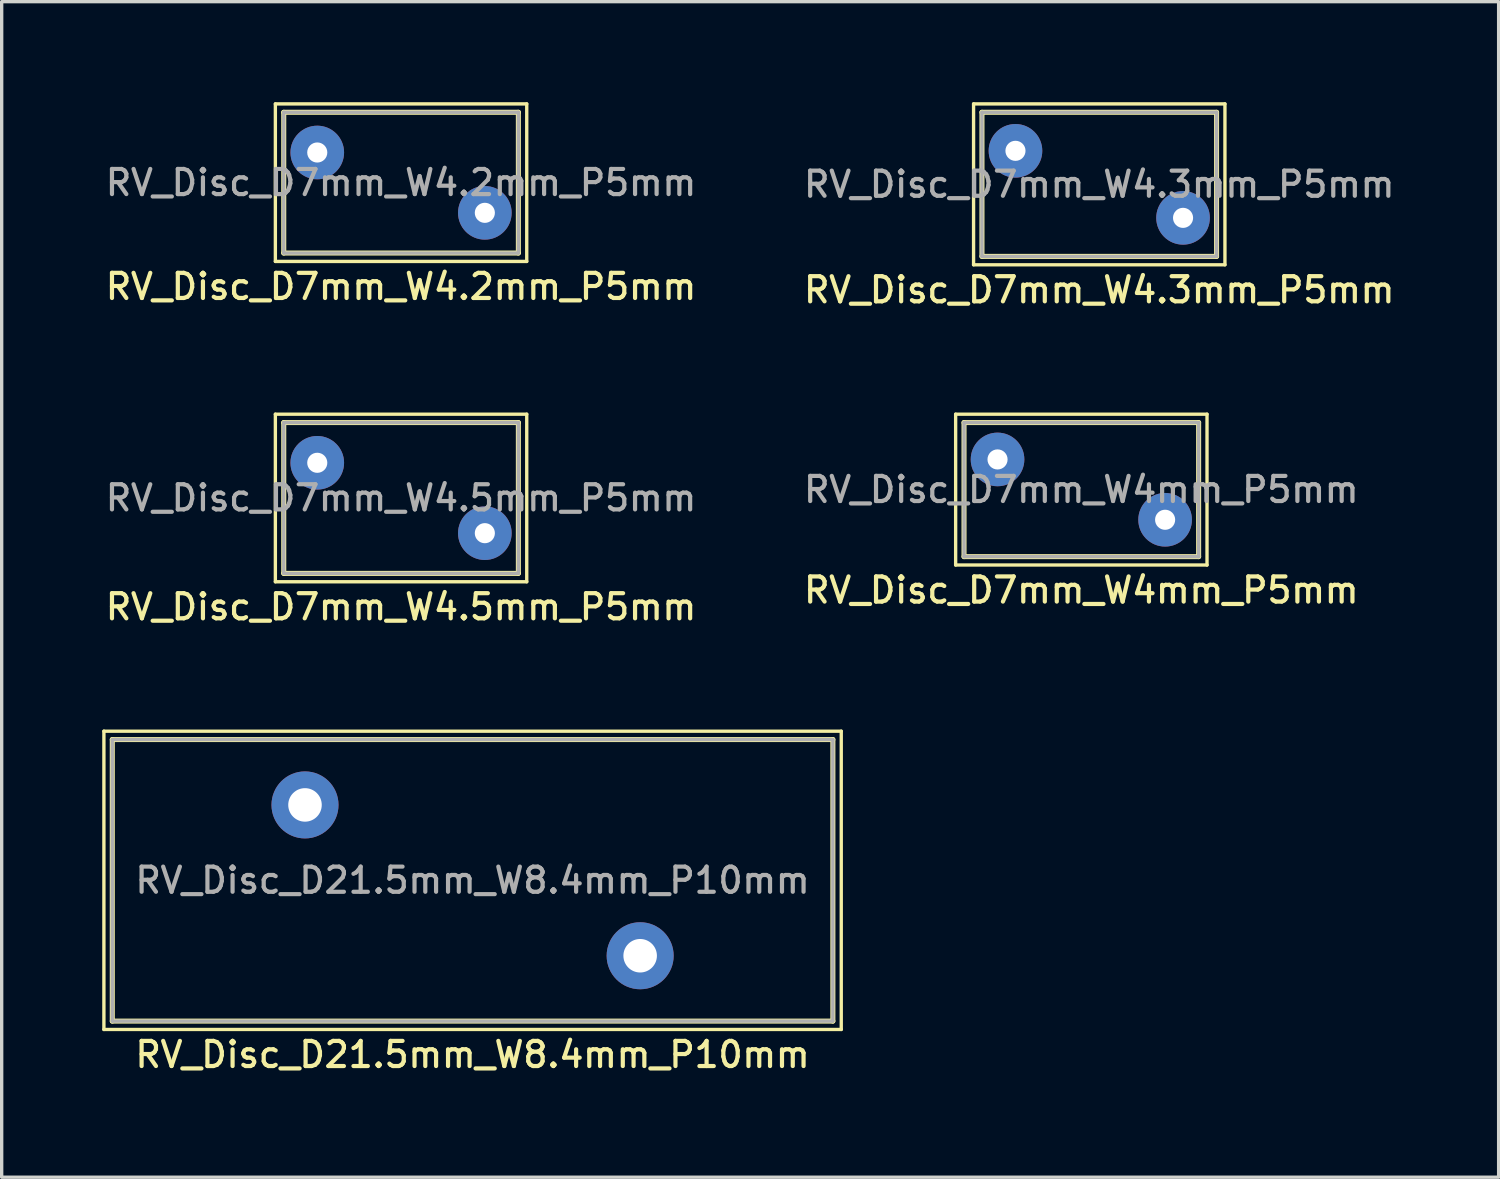
<source format=kicad_pcb>
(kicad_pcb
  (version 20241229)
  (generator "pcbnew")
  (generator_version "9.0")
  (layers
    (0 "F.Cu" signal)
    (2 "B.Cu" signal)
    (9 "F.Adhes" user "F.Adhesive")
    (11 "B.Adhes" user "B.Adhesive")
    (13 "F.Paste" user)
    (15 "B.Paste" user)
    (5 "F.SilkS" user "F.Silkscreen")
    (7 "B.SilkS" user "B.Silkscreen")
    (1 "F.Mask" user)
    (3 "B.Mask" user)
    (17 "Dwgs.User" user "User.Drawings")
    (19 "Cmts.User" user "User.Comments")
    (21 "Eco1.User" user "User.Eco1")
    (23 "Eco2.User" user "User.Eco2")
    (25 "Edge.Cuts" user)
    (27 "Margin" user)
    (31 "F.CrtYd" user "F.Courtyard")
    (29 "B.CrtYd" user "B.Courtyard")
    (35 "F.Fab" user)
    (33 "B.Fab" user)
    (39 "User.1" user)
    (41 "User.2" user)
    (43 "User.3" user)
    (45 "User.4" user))
  (footprint "RV_Disc_D7mm_W4.5mm_P5mm"
    (layer "F.Cu")
    (at 6.416 10.758)
    (property "Reference" "RV_Disc_D7mm_W4.5mm_P5mm" (at 2.5 4.3 0) (layer "F.SilkS") (effects (font (size 0.75 0.75) (thickness 0.125))))
    (attr through_hole)
    (fp_line (start -1.25 -1.45) (end -1.25 3.55) (stroke (width 0.1) (type solid)) (layer "F.SilkS"))
    (fp_line (start -1.25 -1.45) (end 6.25 -1.45) (stroke (width 0.1) (type solid)) (layer "F.SilkS"))
    (fp_line (start -1.25 3.55) (end 6.25 3.55) (stroke (width 0.1) (type solid)) (layer "F.SilkS"))
    (fp_line (start -1 -1.2) (end -1 3.3) (stroke (width 0.15) (type solid)) (layer "F.SilkS"))
    (fp_line (start -1 -1.2) (end 6 -1.2) (stroke (width 0.15) (type solid)) (layer "F.SilkS"))
    (fp_line (start -1 3.3) (end 6 3.3) (stroke (width 0.15) (type solid)) (layer "F.SilkS"))
    (fp_line (start 6 -1.2) (end 6 3.3) (stroke (width 0.15) (type solid)) (layer "F.SilkS"))
    (fp_line (start 6.25 -1.45) (end 6.25 3.55) (stroke (width 0.1) (type solid)) (layer "F.SilkS"))
    (fp_line (start -1 -1.2) (end -1 3.3) (stroke (width 0.1) (type solid)) (layer "F.Fab"))
    (fp_line (start -1 -1.2) (end 6 -1.2) (stroke (width 0.1) (type solid)) (layer "F.Fab"))
    (fp_line (start -1 3.3) (end 6 3.3) (stroke (width 0.1) (type solid)) (layer "F.Fab"))
    (fp_line (start 6 -1.2) (end 6 3.3) (stroke (width 0.1) (type solid)) (layer "F.Fab"))
    (fp_text user "${REFERENCE}" (at 2.5 1.05 0) (layer "F.Fab") (effects (font (size 0.75 0.75) (thickness 0.125))))
    (pad "1" thru_hole circle (at 0 0) (size 1.6 1.6) (drill 0.6) (layers "*.Cu" "*.Mask"))
    (pad "2" thru_hole circle (at 5 2.1) (size 1.6 1.6) (drill 0.6) (layers "*.Cu" "*.Mask")))
  (footprint "RV_Disc_D7mm_W4.2mm_P5mm"
    (layer "F.Cu")
    (at 6.416 1.5)
    (property "Reference" "RV_Disc_D7mm_W4.2mm_P5mm" (at 2.5 4 0) (layer "F.SilkS") (effects (font (size 0.75 0.75) (thickness 0.125))))
    (attr through_hole)
    (fp_line (start -1.25 -1.45) (end -1.25 3.25) (stroke (width 0.1) (type solid)) (layer "F.SilkS"))
    (fp_line (start -1.25 -1.45) (end 6.25 -1.45) (stroke (width 0.1) (type solid)) (layer "F.SilkS"))
    (fp_line (start -1.25 3.25) (end 6.25 3.25) (stroke (width 0.1) (type solid)) (layer "F.SilkS"))
    (fp_line (start -1 -1.2) (end -1 3) (stroke (width 0.15) (type solid)) (layer "F.SilkS"))
    (fp_line (start -1 -1.2) (end 6 -1.2) (stroke (width 0.15) (type solid)) (layer "F.SilkS"))
    (fp_line (start -1 3) (end 6 3) (stroke (width 0.15) (type solid)) (layer "F.SilkS"))
    (fp_line (start 6 -1.2) (end 6 3) (stroke (width 0.15) (type solid)) (layer "F.SilkS"))
    (fp_line (start 6.25 -1.45) (end 6.25 3.25) (stroke (width 0.1) (type solid)) (layer "F.SilkS"))
    (fp_line (start -1 -1.2) (end -1 3) (stroke (width 0.1) (type solid)) (layer "F.Fab"))
    (fp_line (start -1 -1.2) (end 6 -1.2) (stroke (width 0.1) (type solid)) (layer "F.Fab"))
    (fp_line (start -1 3) (end 6 3) (stroke (width 0.1) (type solid)) (layer "F.Fab"))
    (fp_line (start 6 -1.2) (end 6 3) (stroke (width 0.1) (type solid)) (layer "F.Fab"))
    (fp_text user "${REFERENCE}" (at 2.5 0.9 0) (layer "F.Fab") (effects (font (size 0.75 0.75) (thickness 0.125))))
    (pad "1" thru_hole circle (at 0 0) (size 1.6 1.6) (drill 0.6) (layers "*.Cu" "*.Mask"))
    (pad "2" thru_hole circle (at 5 1.8) (size 1.6 1.6) (drill 0.6) (layers "*.Cu" "*.Mask")))
  (footprint "RV_Disc_D7mm_W4mm_P5mm"
    (layer "F.Cu")
    (at 26.713 10.658)
    (property "Reference" "RV_Disc_D7mm_W4mm_P5mm" (at 2.5 3.9 0) (layer "F.SilkS") (effects (font (size 0.75 0.75) (thickness 0.125))))
    (attr through_hole)
    (fp_line (start -1.25 -1.35) (end -1.25 3.15) (stroke (width 0.1) (type solid)) (layer "F.SilkS"))
    (fp_line (start -1.25 -1.35) (end 6.25 -1.35) (stroke (width 0.1) (type solid)) (layer "F.SilkS"))
    (fp_line (start -1.25 3.15) (end 6.25 3.15) (stroke (width 0.1) (type solid)) (layer "F.SilkS"))
    (fp_line (start -1 -1.1) (end -1 2.9) (stroke (width 0.15) (type solid)) (layer "F.SilkS"))
    (fp_line (start -1 -1.1) (end 6 -1.1) (stroke (width 0.15) (type solid)) (layer "F.SilkS"))
    (fp_line (start -1 2.9) (end 6 2.9) (stroke (width 0.15) (type solid)) (layer "F.SilkS"))
    (fp_line (start 6 -1.1) (end 6 2.9) (stroke (width 0.15) (type solid)) (layer "F.SilkS"))
    (fp_line (start 6.25 -1.35) (end 6.25 3.15) (stroke (width 0.1) (type solid)) (layer "F.SilkS"))
    (fp_line (start -1 -1.1) (end -1 2.9) (stroke (width 0.1) (type solid)) (layer "F.Fab"))
    (fp_line (start -1 -1.1) (end 6 -1.1) (stroke (width 0.1) (type solid)) (layer "F.Fab"))
    (fp_line (start -1 2.9) (end 6 2.9) (stroke (width 0.1) (type solid)) (layer "F.Fab"))
    (fp_line (start 6 -1.1) (end 6 2.9) (stroke (width 0.1) (type solid)) (layer "F.Fab"))
    (fp_text user "${REFERENCE}" (at 2.5 0.9 0) (layer "F.Fab") (effects (font (size 0.75 0.75) (thickness 0.125))))
    (pad "1" thru_hole circle (at 0 0) (size 1.6 1.6) (drill 0.6) (layers "*.Cu" "*.Mask"))
    (pad "2" thru_hole circle (at 5 1.8) (size 1.6 1.6) (drill 0.6) (layers "*.Cu" "*.Mask")))
  (footprint "RV_Disc_D21.5mm_W8.4mm_P10mm"
    (layer "F.Cu")
    (at 6.05 20.966)
    (property "Reference" "RV_Disc_D21.5mm_W8.4mm_P10mm" (at 5 7.45 0) (layer "F.SilkS") (effects (font (size 0.75 0.75) (thickness 0.125))))
    (attr through_hole)
    (fp_line (start -6 -2.2) (end -6 6.7) (stroke (width 0.1) (type solid)) (layer "F.SilkS"))
    (fp_line (start -6 -2.2) (end 16 -2.2) (stroke (width 0.1) (type solid)) (layer "F.SilkS"))
    (fp_line (start -6 6.7) (end 16 6.7) (stroke (width 0.1) (type solid)) (layer "F.SilkS"))
    (fp_line (start -5.75 -1.95) (end -5.75 6.45) (stroke (width 0.15) (type solid)) (layer "F.SilkS"))
    (fp_line (start -5.75 -1.95) (end 15.75 -1.95) (stroke (width 0.15) (type solid)) (layer "F.SilkS"))
    (fp_line (start -5.75 6.45) (end 15.75 6.45) (stroke (width 0.15) (type solid)) (layer "F.SilkS"))
    (fp_line (start 15.75 -1.95) (end 15.75 6.45) (stroke (width 0.15) (type solid)) (layer "F.SilkS"))
    (fp_line (start 16 -2.2) (end 16 6.7) (stroke (width 0.1) (type solid)) (layer "F.SilkS"))
    (fp_line (start -5.75 -1.95) (end -5.75 6.45) (stroke (width 0.1) (type solid)) (layer "F.Fab"))
    (fp_line (start -5.75 -1.95) (end 15.75 -1.95) (stroke (width 0.1) (type solid)) (layer "F.Fab"))
    (fp_line (start -5.75 6.45) (end 15.75 6.45) (stroke (width 0.1) (type solid)) (layer "F.Fab"))
    (fp_line (start 15.75 -1.95) (end 15.75 6.45) (stroke (width 0.1) (type solid)) (layer "F.Fab"))
    (fp_text user "${REFERENCE}" (at 5 2.25 0) (layer "F.Fab") (effects (font (size 0.75 0.75) (thickness 0.125))))
    (pad "1" thru_hole circle (at 0 0) (size 2 2) (drill 1) (layers "*.Cu" "*.Mask"))
    (pad "2" thru_hole circle (at 10 4.5) (size 2 2) (drill 1) (layers "*.Cu" "*.Mask")))
  (footprint "RV_Disc_D7mm_W4.3mm_P5mm"
    (layer "F.Cu")
    (at 27.248 1.45)
    (property "Reference" "RV_Disc_D7mm_W4.3mm_P5mm" (at 2.5 4.15 0) (layer "F.SilkS") (effects (font (size 0.75 0.75) (thickness 0.125))))
    (attr through_hole)
    (fp_line (start -1.25 -1.4) (end -1.25 3.4) (stroke (width 0.1) (type solid)) (layer "F.SilkS"))
    (fp_line (start -1.25 -1.4) (end 6.25 -1.4) (stroke (width 0.1) (type solid)) (layer "F.SilkS"))
    (fp_line (start -1.25 3.4) (end 6.25 3.4) (stroke (width 0.1) (type solid)) (layer "F.SilkS"))
    (fp_line (start -1 -1.15) (end -1 3.15) (stroke (width 0.15) (type solid)) (layer "F.SilkS"))
    (fp_line (start -1 -1.15) (end 6 -1.15) (stroke (width 0.15) (type solid)) (layer "F.SilkS"))
    (fp_line (start -1 3.15) (end 6 3.15) (stroke (width 0.15) (type solid)) (layer "F.SilkS"))
    (fp_line (start 6 -1.15) (end 6 3.15) (stroke (width 0.15) (type solid)) (layer "F.SilkS"))
    (fp_line (start 6.25 -1.4) (end 6.25 3.4) (stroke (width 0.1) (type solid)) (layer "F.SilkS"))
    (fp_line (start -1 -1.15) (end -1 3.15) (stroke (width 0.1) (type solid)) (layer "F.Fab"))
    (fp_line (start -1 -1.15) (end 6 -1.15) (stroke (width 0.1) (type solid)) (layer "F.Fab"))
    (fp_line (start -1 3.15) (end 6 3.15) (stroke (width 0.1) (type solid)) (layer "F.Fab"))
    (fp_line (start 6 -1.15) (end 6 3.15) (stroke (width 0.1) (type solid)) (layer "F.Fab"))
    (fp_text user "${REFERENCE}" (at 2.5 1 0) (layer "F.Fab") (effects (font (size 0.75 0.75) (thickness 0.125))))
    (pad "1" thru_hole circle (at 0 0) (size 1.6 1.6) (drill 0.6) (layers "*.Cu" "*.Mask"))
    (pad "2" thru_hole circle (at 5 2) (size 1.6 1.6) (drill 0.6) (layers "*.Cu" "*.Mask")))
  (gr_rect
    (start -3 -3)
    (end 41.664 32.074)
    (stroke (width 0.1) (type default))
    (fill no)
    (layer "Edge.Cuts")))
</source>
